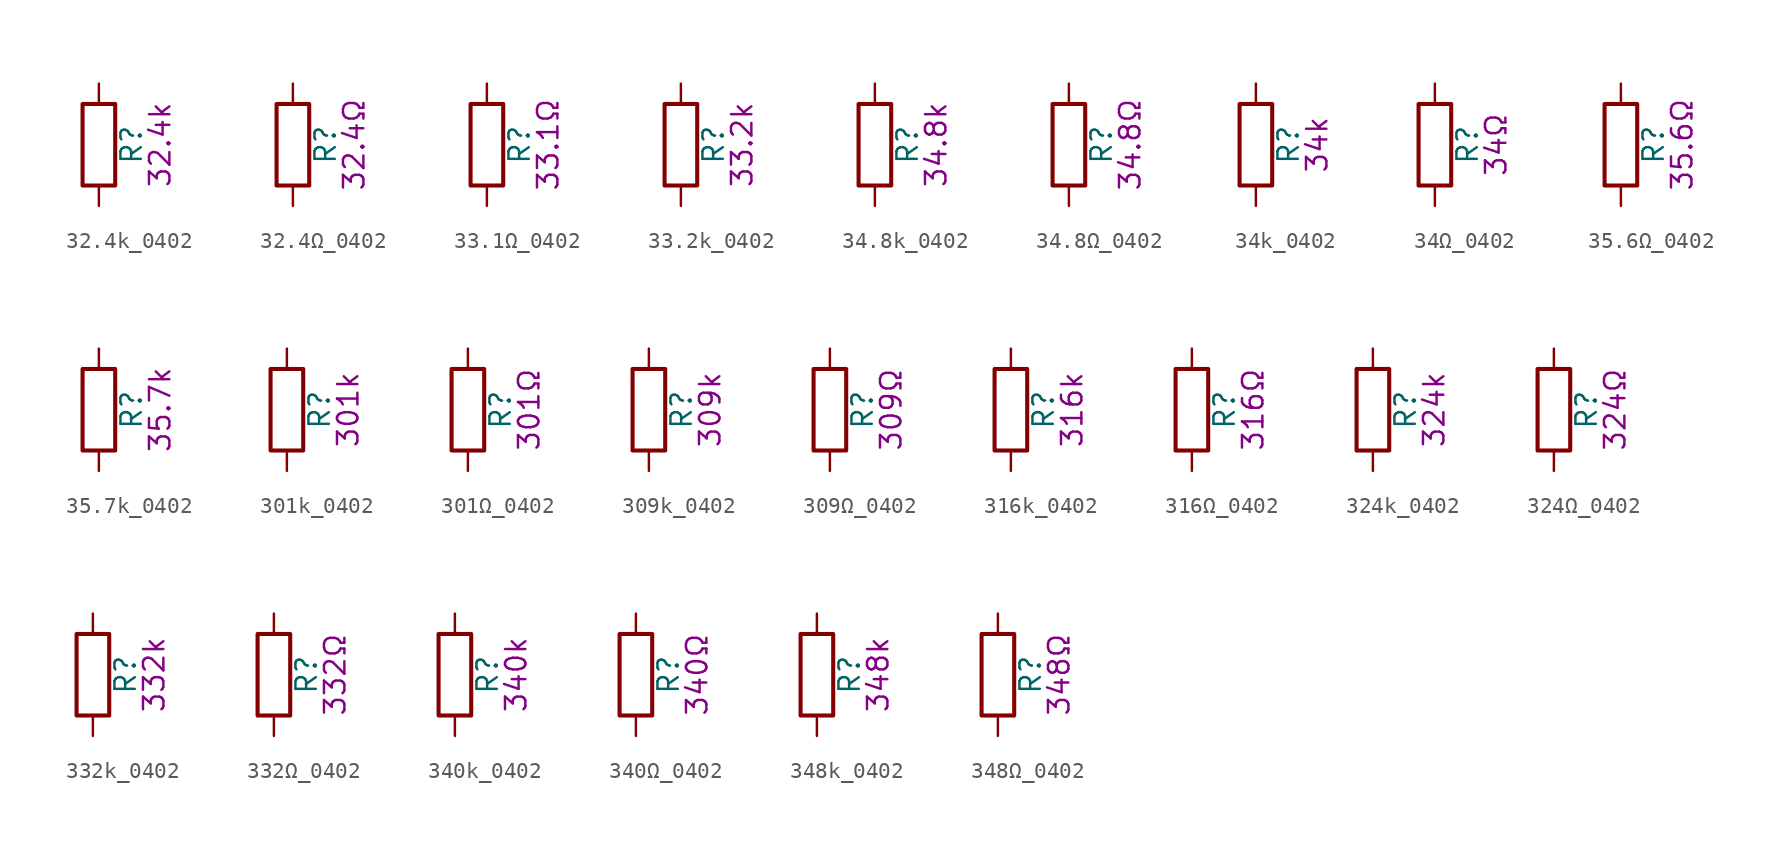
<source format=kicad_sym>
(kicad_symbol_lib
  (version 20211014)
  (generator kicad_symbol_editor)
  (symbol "32.4k_0402"
    (pin_numbers hide)
    (pin_names
      (offset 0))
    (property "Reference" "R"
      (at 2.032 0 90)
      (effects (font (size 1.27 1.27))))
    (property "Display" "32.4k"
      (at 3.81 0 90)
      (effects (font (size 1.27 1.27))))
    (symbol "32.4k_0402_0_1"
      (rectangle (start -1.016 -2.54) (end 1.016 2.54) (stroke (width 0.254) (type default) (color 0 0 0 0)) (fill (type none))))
    (symbol "32.4k_0402_1_1"
      (pin passive line (at 0 3.81 270) (length 1.27) (name "~" (effects (font (size 1.27 1.27)))) (number "1" (effects (font (size 1.27 1.27)))))
      (pin passive line (at 0 -3.81 90) (length 1.27) (name "~" (effects (font (size 1.27 1.27)))) (number "2" (effects (font (size 1.27 1.27)))))))
  (symbol "32.4Ω_0402"
    (pin_numbers hide)
    (pin_names
      (offset 0))
    (property "Reference" "R"
      (at 2.032 0 90)
      (effects (font (size 1.27 1.27))))
    (property "Display" "32.4Ω"
      (at 3.81 0 90)
      (effects (font (size 1.27 1.27))))
    (symbol "32.4Ω_0402_0_1"
      (rectangle (start -1.016 -2.54) (end 1.016 2.54) (stroke (width 0.254) (type default) (color 0 0 0 0)) (fill (type none))))
    (symbol "32.4Ω_0402_1_1"
      (pin passive line (at 0 3.81 270) (length 1.27) (name "~" (effects (font (size 1.27 1.27)))) (number "1" (effects (font (size 1.27 1.27)))))
      (pin passive line (at 0 -3.81 90) (length 1.27) (name "~" (effects (font (size 1.27 1.27)))) (number "2" (effects (font (size 1.27 1.27)))))))
  (symbol "33.1Ω_0402"
    (pin_numbers hide)
    (pin_names
      (offset 0))
    (property "Reference" "R"
      (at 2.032 0 90)
      (effects (font (size 1.27 1.27))))
    (property "Display" "33.1Ω"
      (at 3.81 0 90)
      (effects (font (size 1.27 1.27))))
    (symbol "33.1Ω_0402_0_1"
      (rectangle (start -1.016 -2.54) (end 1.016 2.54) (stroke (width 0.254) (type default) (color 0 0 0 0)) (fill (type none))))
    (symbol "33.1Ω_0402_1_1"
      (pin passive line (at 0 3.81 270) (length 1.27) (name "~" (effects (font (size 1.27 1.27)))) (number "1" (effects (font (size 1.27 1.27)))))
      (pin passive line (at 0 -3.81 90) (length 1.27) (name "~" (effects (font (size 1.27 1.27)))) (number "2" (effects (font (size 1.27 1.27)))))))
  (symbol "33.2k_0402"
    (pin_numbers hide)
    (pin_names
      (offset 0))
    (property "Reference" "R"
      (at 2.032 0 90)
      (effects (font (size 1.27 1.27))))
    (property "Display" "33.2k"
      (at 3.81 0 90)
      (effects (font (size 1.27 1.27))))
    (symbol "33.2k_0402_0_1"
      (rectangle (start -1.016 -2.54) (end 1.016 2.54) (stroke (width 0.254) (type default) (color 0 0 0 0)) (fill (type none))))
    (symbol "33.2k_0402_1_1"
      (pin passive line (at 0 3.81 270) (length 1.27) (name "~" (effects (font (size 1.27 1.27)))) (number "1" (effects (font (size 1.27 1.27)))))
      (pin passive line (at 0 -3.81 90) (length 1.27) (name "~" (effects (font (size 1.27 1.27)))) (number "2" (effects (font (size 1.27 1.27)))))))
  (symbol "34.8k_0402"
    (pin_numbers hide)
    (pin_names
      (offset 0))
    (property "Reference" "R"
      (at 2.032 0 90)
      (effects (font (size 1.27 1.27))))
    (property "Display" "34.8k"
      (at 3.81 0 90)
      (effects (font (size 1.27 1.27))))
    (symbol "34.8k_0402_0_1"
      (rectangle (start -1.016 -2.54) (end 1.016 2.54) (stroke (width 0.254) (type default) (color 0 0 0 0)) (fill (type none))))
    (symbol "34.8k_0402_1_1"
      (pin passive line (at 0 3.81 270) (length 1.27) (name "~" (effects (font (size 1.27 1.27)))) (number "1" (effects (font (size 1.27 1.27)))))
      (pin passive line (at 0 -3.81 90) (length 1.27) (name "~" (effects (font (size 1.27 1.27)))) (number "2" (effects (font (size 1.27 1.27)))))))
  (symbol "34.8Ω_0402"
    (pin_numbers hide)
    (pin_names
      (offset 0))
    (property "Reference" "R"
      (at 2.032 0 90)
      (effects (font (size 1.27 1.27))))
    (property "Display" "34.8Ω"
      (at 3.81 0 90)
      (effects (font (size 1.27 1.27))))
    (symbol "34.8Ω_0402_0_1"
      (rectangle (start -1.016 -2.54) (end 1.016 2.54) (stroke (width 0.254) (type default) (color 0 0 0 0)) (fill (type none))))
    (symbol "34.8Ω_0402_1_1"
      (pin passive line (at 0 3.81 270) (length 1.27) (name "~" (effects (font (size 1.27 1.27)))) (number "1" (effects (font (size 1.27 1.27)))))
      (pin passive line (at 0 -3.81 90) (length 1.27) (name "~" (effects (font (size 1.27 1.27)))) (number "2" (effects (font (size 1.27 1.27)))))))
  (symbol "34k_0402"
    (pin_numbers hide)
    (pin_names
      (offset 0))
    (property "Reference" "R"
      (at 2.032 0 90)
      (effects (font (size 1.27 1.27))))
    (property "Display" "34k"
      (at 3.81 0 90)
      (effects (font (size 1.27 1.27))))
    (symbol "34k_0402_0_1"
      (rectangle (start -1.016 -2.54) (end 1.016 2.54) (stroke (width 0.254) (type default) (color 0 0 0 0)) (fill (type none))))
    (symbol "34k_0402_1_1"
      (pin passive line (at 0 3.81 270) (length 1.27) (name "~" (effects (font (size 1.27 1.27)))) (number "1" (effects (font (size 1.27 1.27)))))
      (pin passive line (at 0 -3.81 90) (length 1.27) (name "~" (effects (font (size 1.27 1.27)))) (number "2" (effects (font (size 1.27 1.27)))))))
  (symbol "34Ω_0402"
    (pin_numbers hide)
    (pin_names
      (offset 0))
    (property "Reference" "R"
      (at 2.032 0 90)
      (effects (font (size 1.27 1.27))))
    (property "Display" "34Ω"
      (at 3.81 0 90)
      (effects (font (size 1.27 1.27))))
    (symbol "34Ω_0402_0_1"
      (rectangle (start -1.016 -2.54) (end 1.016 2.54) (stroke (width 0.254) (type default) (color 0 0 0 0)) (fill (type none))))
    (symbol "34Ω_0402_1_1"
      (pin passive line (at 0 3.81 270) (length 1.27) (name "~" (effects (font (size 1.27 1.27)))) (number "1" (effects (font (size 1.27 1.27)))))
      (pin passive line (at 0 -3.81 90) (length 1.27) (name "~" (effects (font (size 1.27 1.27)))) (number "2" (effects (font (size 1.27 1.27)))))))
  (symbol "35.6Ω_0402"
    (pin_numbers hide)
    (pin_names
      (offset 0))
    (property "Reference" "R"
      (at 2.032 0 90)
      (effects (font (size 1.27 1.27))))
    (property "Display" "35.6Ω"
      (at 3.81 0 90)
      (effects (font (size 1.27 1.27))))
    (symbol "35.6Ω_0402_0_1"
      (rectangle (start -1.016 -2.54) (end 1.016 2.54) (stroke (width 0.254) (type default) (color 0 0 0 0)) (fill (type none))))
    (symbol "35.6Ω_0402_1_1"
      (pin passive line (at 0 3.81 270) (length 1.27) (name "~" (effects (font (size 1.27 1.27)))) (number "1" (effects (font (size 1.27 1.27)))))
      (pin passive line (at 0 -3.81 90) (length 1.27) (name "~" (effects (font (size 1.27 1.27)))) (number "2" (effects (font (size 1.27 1.27)))))))
  (symbol "35.7k_0402"
    (pin_numbers hide)
    (pin_names
      (offset 0))
    (property "Reference" "R"
      (at 2.032 0 90)
      (effects (font (size 1.27 1.27))))
    (property "Display" "35.7k"
      (at 3.81 0 90)
      (effects (font (size 1.27 1.27))))
    (symbol "35.7k_0402_0_1"
      (rectangle (start -1.016 -2.54) (end 1.016 2.54) (stroke (width 0.254) (type default) (color 0 0 0 0)) (fill (type none))))
    (symbol "35.7k_0402_1_1"
      (pin passive line (at 0 3.81 270) (length 1.27) (name "~" (effects (font (size 1.27 1.27)))) (number "1" (effects (font (size 1.27 1.27)))))
      (pin passive line (at 0 -3.81 90) (length 1.27) (name "~" (effects (font (size 1.27 1.27)))) (number "2" (effects (font (size 1.27 1.27)))))))
  (symbol "301k_0402"
    (pin_numbers hide)
    (pin_names
      (offset 0))
    (property "Reference" "R"
      (at 2.032 0 90)
      (effects (font (size 1.27 1.27))))
    (property "Display" "301k"
      (at 3.81 0 90)
      (effects (font (size 1.27 1.27))))
    (symbol "301k_0402_0_1"
      (rectangle (start -1.016 -2.54) (end 1.016 2.54) (stroke (width 0.254) (type default) (color 0 0 0 0)) (fill (type none))))
    (symbol "301k_0402_1_1"
      (pin passive line (at 0 3.81 270) (length 1.27) (name "~" (effects (font (size 1.27 1.27)))) (number "1" (effects (font (size 1.27 1.27)))))
      (pin passive line (at 0 -3.81 90) (length 1.27) (name "~" (effects (font (size 1.27 1.27)))) (number "2" (effects (font (size 1.27 1.27)))))))
  (symbol "301Ω_0402"
    (pin_numbers hide)
    (pin_names
      (offset 0))
    (property "Reference" "R"
      (at 2.032 0 90)
      (effects (font (size 1.27 1.27))))
    (property "Display" "301Ω"
      (at 3.81 0 90)
      (effects (font (size 1.27 1.27))))
    (symbol "301Ω_0402_0_1"
      (rectangle (start -1.016 -2.54) (end 1.016 2.54) (stroke (width 0.254) (type default) (color 0 0 0 0)) (fill (type none))))
    (symbol "301Ω_0402_1_1"
      (pin passive line (at 0 3.81 270) (length 1.27) (name "~" (effects (font (size 1.27 1.27)))) (number "1" (effects (font (size 1.27 1.27)))))
      (pin passive line (at 0 -3.81 90) (length 1.27) (name "~" (effects (font (size 1.27 1.27)))) (number "2" (effects (font (size 1.27 1.27)))))))
  (symbol "309k_0402"
    (pin_numbers hide)
    (pin_names
      (offset 0))
    (property "Reference" "R"
      (at 2.032 0 90)
      (effects (font (size 1.27 1.27))))
    (property "Display" "309k"
      (at 3.81 0 90)
      (effects (font (size 1.27 1.27))))
    (symbol "309k_0402_0_1"
      (rectangle (start -1.016 -2.54) (end 1.016 2.54) (stroke (width 0.254) (type default) (color 0 0 0 0)) (fill (type none))))
    (symbol "309k_0402_1_1"
      (pin passive line (at 0 3.81 270) (length 1.27) (name "~" (effects (font (size 1.27 1.27)))) (number "1" (effects (font (size 1.27 1.27)))))
      (pin passive line (at 0 -3.81 90) (length 1.27) (name "~" (effects (font (size 1.27 1.27)))) (number "2" (effects (font (size 1.27 1.27)))))))
  (symbol "309Ω_0402"
    (pin_numbers hide)
    (pin_names
      (offset 0))
    (property "Reference" "R"
      (at 2.032 0 90)
      (effects (font (size 1.27 1.27))))
    (property "Display" "309Ω"
      (at 3.81 0 90)
      (effects (font (size 1.27 1.27))))
    (symbol "309Ω_0402_0_1"
      (rectangle (start -1.016 -2.54) (end 1.016 2.54) (stroke (width 0.254) (type default) (color 0 0 0 0)) (fill (type none))))
    (symbol "309Ω_0402_1_1"
      (pin passive line (at 0 3.81 270) (length 1.27) (name "~" (effects (font (size 1.27 1.27)))) (number "1" (effects (font (size 1.27 1.27)))))
      (pin passive line (at 0 -3.81 90) (length 1.27) (name "~" (effects (font (size 1.27 1.27)))) (number "2" (effects (font (size 1.27 1.27)))))))
  (symbol "316k_0402"
    (pin_numbers hide)
    (pin_names
      (offset 0))
    (property "Reference" "R"
      (at 2.032 0 90)
      (effects (font (size 1.27 1.27))))
    (property "Display" "316k"
      (at 3.81 0 90)
      (effects (font (size 1.27 1.27))))
    (symbol "316k_0402_0_1"
      (rectangle (start -1.016 -2.54) (end 1.016 2.54) (stroke (width 0.254) (type default) (color 0 0 0 0)) (fill (type none))))
    (symbol "316k_0402_1_1"
      (pin passive line (at 0 3.81 270) (length 1.27) (name "~" (effects (font (size 1.27 1.27)))) (number "1" (effects (font (size 1.27 1.27)))))
      (pin passive line (at 0 -3.81 90) (length 1.27) (name "~" (effects (font (size 1.27 1.27)))) (number "2" (effects (font (size 1.27 1.27)))))))
  (symbol "316Ω_0402"
    (pin_numbers hide)
    (pin_names
      (offset 0))
    (property "Reference" "R"
      (at 2.032 0 90)
      (effects (font (size 1.27 1.27))))
    (property "Display" "316Ω"
      (at 3.81 0 90)
      (effects (font (size 1.27 1.27))))
    (symbol "316Ω_0402_0_1"
      (rectangle (start -1.016 -2.54) (end 1.016 2.54) (stroke (width 0.254) (type default) (color 0 0 0 0)) (fill (type none))))
    (symbol "316Ω_0402_1_1"
      (pin passive line (at 0 3.81 270) (length 1.27) (name "~" (effects (font (size 1.27 1.27)))) (number "1" (effects (font (size 1.27 1.27)))))
      (pin passive line (at 0 -3.81 90) (length 1.27) (name "~" (effects (font (size 1.27 1.27)))) (number "2" (effects (font (size 1.27 1.27)))))))
  (symbol "324k_0402"
    (pin_numbers hide)
    (pin_names
      (offset 0))
    (property "Reference" "R"
      (at 2.032 0 90)
      (effects (font (size 1.27 1.27))))
    (property "Display" "324k"
      (at 3.81 0 90)
      (effects (font (size 1.27 1.27))))
    (symbol "324k_0402_0_1"
      (rectangle (start -1.016 -2.54) (end 1.016 2.54) (stroke (width 0.254) (type default) (color 0 0 0 0)) (fill (type none))))
    (symbol "324k_0402_1_1"
      (pin passive line (at 0 3.81 270) (length 1.27) (name "~" (effects (font (size 1.27 1.27)))) (number "1" (effects (font (size 1.27 1.27)))))
      (pin passive line (at 0 -3.81 90) (length 1.27) (name "~" (effects (font (size 1.27 1.27)))) (number "2" (effects (font (size 1.27 1.27)))))))
  (symbol "324Ω_0402"
    (pin_numbers hide)
    (pin_names
      (offset 0))
    (property "Reference" "R"
      (at 2.032 0 90)
      (effects (font (size 1.27 1.27))))
    (property "Display" "324Ω"
      (at 3.81 0 90)
      (effects (font (size 1.27 1.27))))
    (symbol "324Ω_0402_0_1"
      (rectangle (start -1.016 -2.54) (end 1.016 2.54) (stroke (width 0.254) (type default) (color 0 0 0 0)) (fill (type none))))
    (symbol "324Ω_0402_1_1"
      (pin passive line (at 0 3.81 270) (length 1.27) (name "~" (effects (font (size 1.27 1.27)))) (number "1" (effects (font (size 1.27 1.27)))))
      (pin passive line (at 0 -3.81 90) (length 1.27) (name "~" (effects (font (size 1.27 1.27)))) (number "2" (effects (font (size 1.27 1.27)))))))
  (symbol "332k_0402"
    (pin_numbers hide)
    (pin_names
      (offset 0))
    (property "Reference" "R"
      (at 2.032 0 90)
      (effects (font (size 1.27 1.27))))
    (property "Display" "332k"
      (at 3.81 0 90)
      (effects (font (size 1.27 1.27))))
    (symbol "332k_0402_0_1"
      (rectangle (start -1.016 -2.54) (end 1.016 2.54) (stroke (width 0.254) (type default) (color 0 0 0 0)) (fill (type none))))
    (symbol "332k_0402_1_1"
      (pin passive line (at 0 3.81 270) (length 1.27) (name "~" (effects (font (size 1.27 1.27)))) (number "1" (effects (font (size 1.27 1.27)))))
      (pin passive line (at 0 -3.81 90) (length 1.27) (name "~" (effects (font (size 1.27 1.27)))) (number "2" (effects (font (size 1.27 1.27)))))))
  (symbol "332Ω_0402"
    (pin_numbers hide)
    (pin_names
      (offset 0))
    (property "Reference" "R"
      (at 2.032 0 90)
      (effects (font (size 1.27 1.27))))
    (property "Display" "332Ω"
      (at 3.81 0 90)
      (effects (font (size 1.27 1.27))))
    (symbol "332Ω_0402_0_1"
      (rectangle (start -1.016 -2.54) (end 1.016 2.54) (stroke (width 0.254) (type default) (color 0 0 0 0)) (fill (type none))))
    (symbol "332Ω_0402_1_1"
      (pin passive line (at 0 3.81 270) (length 1.27) (name "~" (effects (font (size 1.27 1.27)))) (number "1" (effects (font (size 1.27 1.27)))))
      (pin passive line (at 0 -3.81 90) (length 1.27) (name "~" (effects (font (size 1.27 1.27)))) (number "2" (effects (font (size 1.27 1.27)))))))
  (symbol "340k_0402"
    (pin_numbers hide)
    (pin_names
      (offset 0))
    (property "Reference" "R"
      (at 2.032 0 90)
      (effects (font (size 1.27 1.27))))
    (property "Display" "340k"
      (at 3.81 0 90)
      (effects (font (size 1.27 1.27))))
    (symbol "340k_0402_0_1"
      (rectangle (start -1.016 -2.54) (end 1.016 2.54) (stroke (width 0.254) (type default) (color 0 0 0 0)) (fill (type none))))
    (symbol "340k_0402_1_1"
      (pin passive line (at 0 3.81 270) (length 1.27) (name "~" (effects (font (size 1.27 1.27)))) (number "1" (effects (font (size 1.27 1.27)))))
      (pin passive line (at 0 -3.81 90) (length 1.27) (name "~" (effects (font (size 1.27 1.27)))) (number "2" (effects (font (size 1.27 1.27)))))))
  (symbol "340Ω_0402"
    (pin_numbers hide)
    (pin_names
      (offset 0))
    (property "Reference" "R"
      (at 2.032 0 90)
      (effects (font (size 1.27 1.27))))
    (property "Display" "340Ω"
      (at 3.81 0 90)
      (effects (font (size 1.27 1.27))))
    (symbol "340Ω_0402_0_1"
      (rectangle (start -1.016 -2.54) (end 1.016 2.54) (stroke (width 0.254) (type default) (color 0 0 0 0)) (fill (type none))))
    (symbol "340Ω_0402_1_1"
      (pin passive line (at 0 3.81 270) (length 1.27) (name "~" (effects (font (size 1.27 1.27)))) (number "1" (effects (font (size 1.27 1.27)))))
      (pin passive line (at 0 -3.81 90) (length 1.27) (name "~" (effects (font (size 1.27 1.27)))) (number "2" (effects (font (size 1.27 1.27)))))))
  (symbol "348k_0402"
    (pin_numbers hide)
    (pin_names
      (offset 0))
    (property "Reference" "R"
      (at 2.032 0 90)
      (effects (font (size 1.27 1.27))))
    (property "Display" "348k"
      (at 3.81 0 90)
      (effects (font (size 1.27 1.27))))
    (symbol "348k_0402_0_1"
      (rectangle (start -1.016 -2.54) (end 1.016 2.54) (stroke (width 0.254) (type default) (color 0 0 0 0)) (fill (type none))))
    (symbol "348k_0402_1_1"
      (pin passive line (at 0 3.81 270) (length 1.27) (name "~" (effects (font (size 1.27 1.27)))) (number "1" (effects (font (size 1.27 1.27)))))
      (pin passive line (at 0 -3.81 90) (length 1.27) (name "~" (effects (font (size 1.27 1.27)))) (number "2" (effects (font (size 1.27 1.27)))))))
  (symbol "348Ω_0402"
    (pin_numbers hide)
    (pin_names
      (offset 0))
    (property "Reference" "R"
      (at 2.032 0 90)
      (effects (font (size 1.27 1.27))))
    (property "Display" "348Ω"
      (at 3.81 0 90)
      (effects (font (size 1.27 1.27))))
    (symbol "348Ω_0402_0_1"
      (rectangle (start -1.016 -2.54) (end 1.016 2.54) (stroke (width 0.254) (type default) (color 0 0 0 0)) (fill (type none))))
    (symbol "348Ω_0402_1_1"
      (pin passive line (at 0 3.81 270) (length 1.27) (name "~" (effects (font (size 1.27 1.27)))) (number "1" (effects (font (size 1.27 1.27)))))
      (pin passive line (at 0 -3.81 90) (length 1.27) (name "~" (effects (font (size 1.27 1.27)))) (number "2" (effects (font (size 1.27 1.27))))))))
</source>
